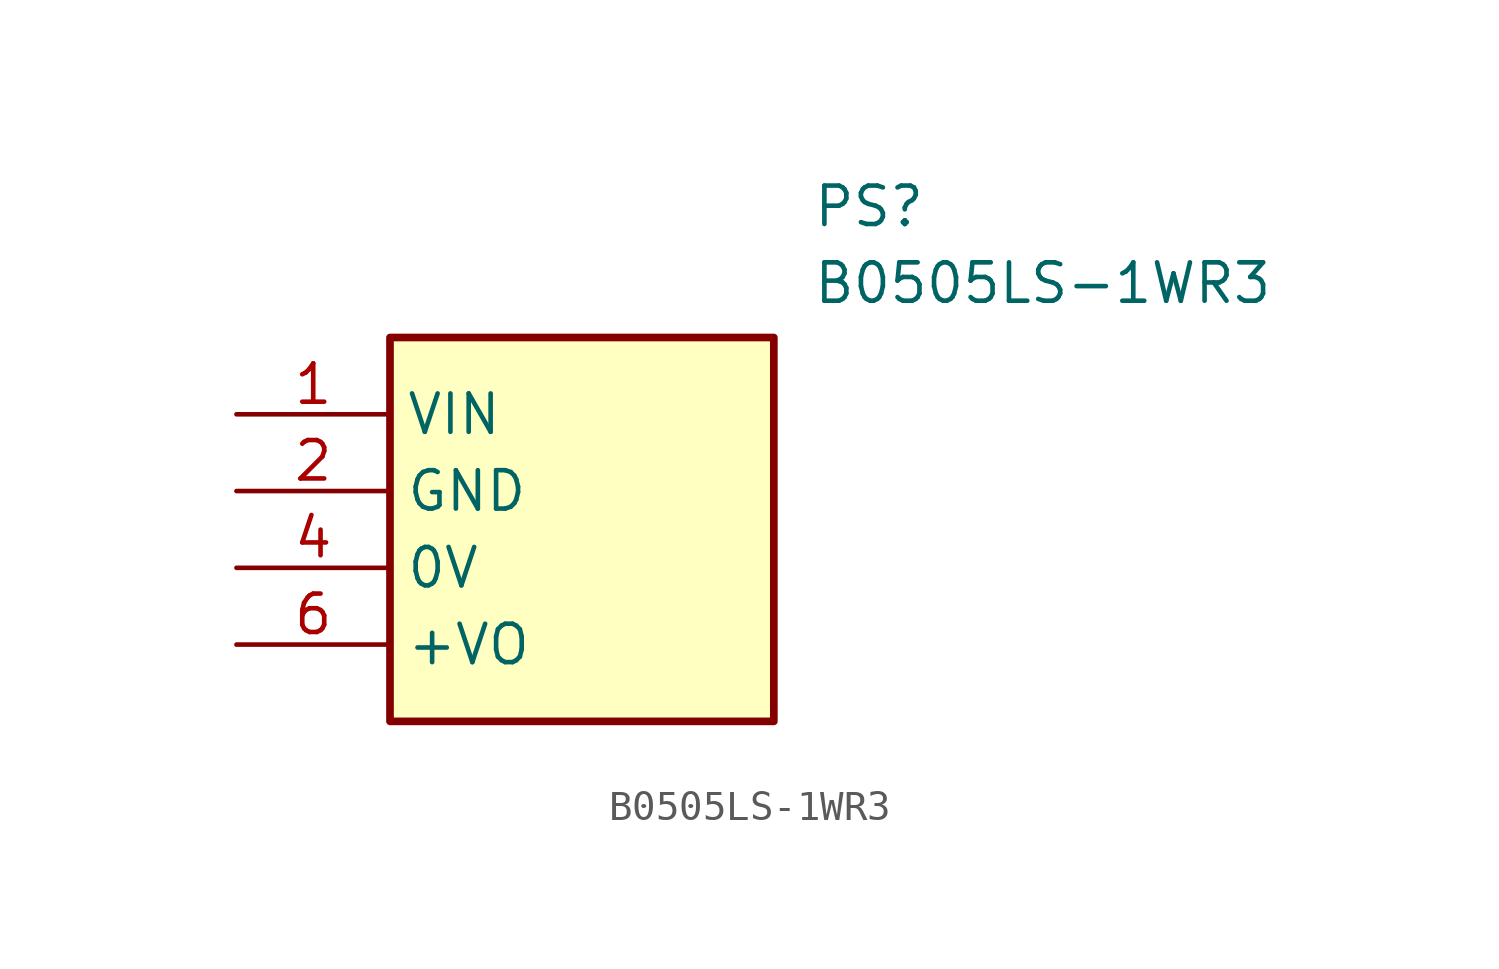
<source format=kicad_sym>
(kicad_symbol_lib
  (version 20211014)
  (generator SamacSys_ECAD_Model)
  (symbol "B0505LS-1WR3"
    (property "Reference" "PS"
      (at 19.05 7.62 0)
      (effects (font (size 1.27 1.27)) (justify left top)))
    (property "Value" "B0505LS-1WR3"
      (at 19.05 5.08 0)
      (effects (font (size 1.27 1.27)) (justify left top)))
    (rectangle
      (start 5.08 2.54)
      (end 17.78 -10.16)
      (stroke (width 0.254) (type default))
      (fill (type background)))
    (pin passive line
      (at 0 0 0)
      (length 5.08)
      (name "VIN" (effects (font (size 1.27 1.27))))
      (number "1" (effects (font (size 1.27 1.27)))))
    (pin passive line
      (at 0 -2.54 0)
      (length 5.08)
      (name "GND" (effects (font (size 1.27 1.27))))
      (number "2" (effects (font (size 1.27 1.27)))))
    (pin passive line
      (at 0 -5.08 0)
      (length 5.08)
      (name "0V" (effects (font (size 1.27 1.27))))
      (number "4" (effects (font (size 1.27 1.27)))))
    (pin passive line
      (at 0 -7.62 0)
      (length 5.08)
      (name "+VO" (effects (font (size 1.27 1.27))))
      (number "6" (effects (font (size 1.27 1.27)))))))
</source>
